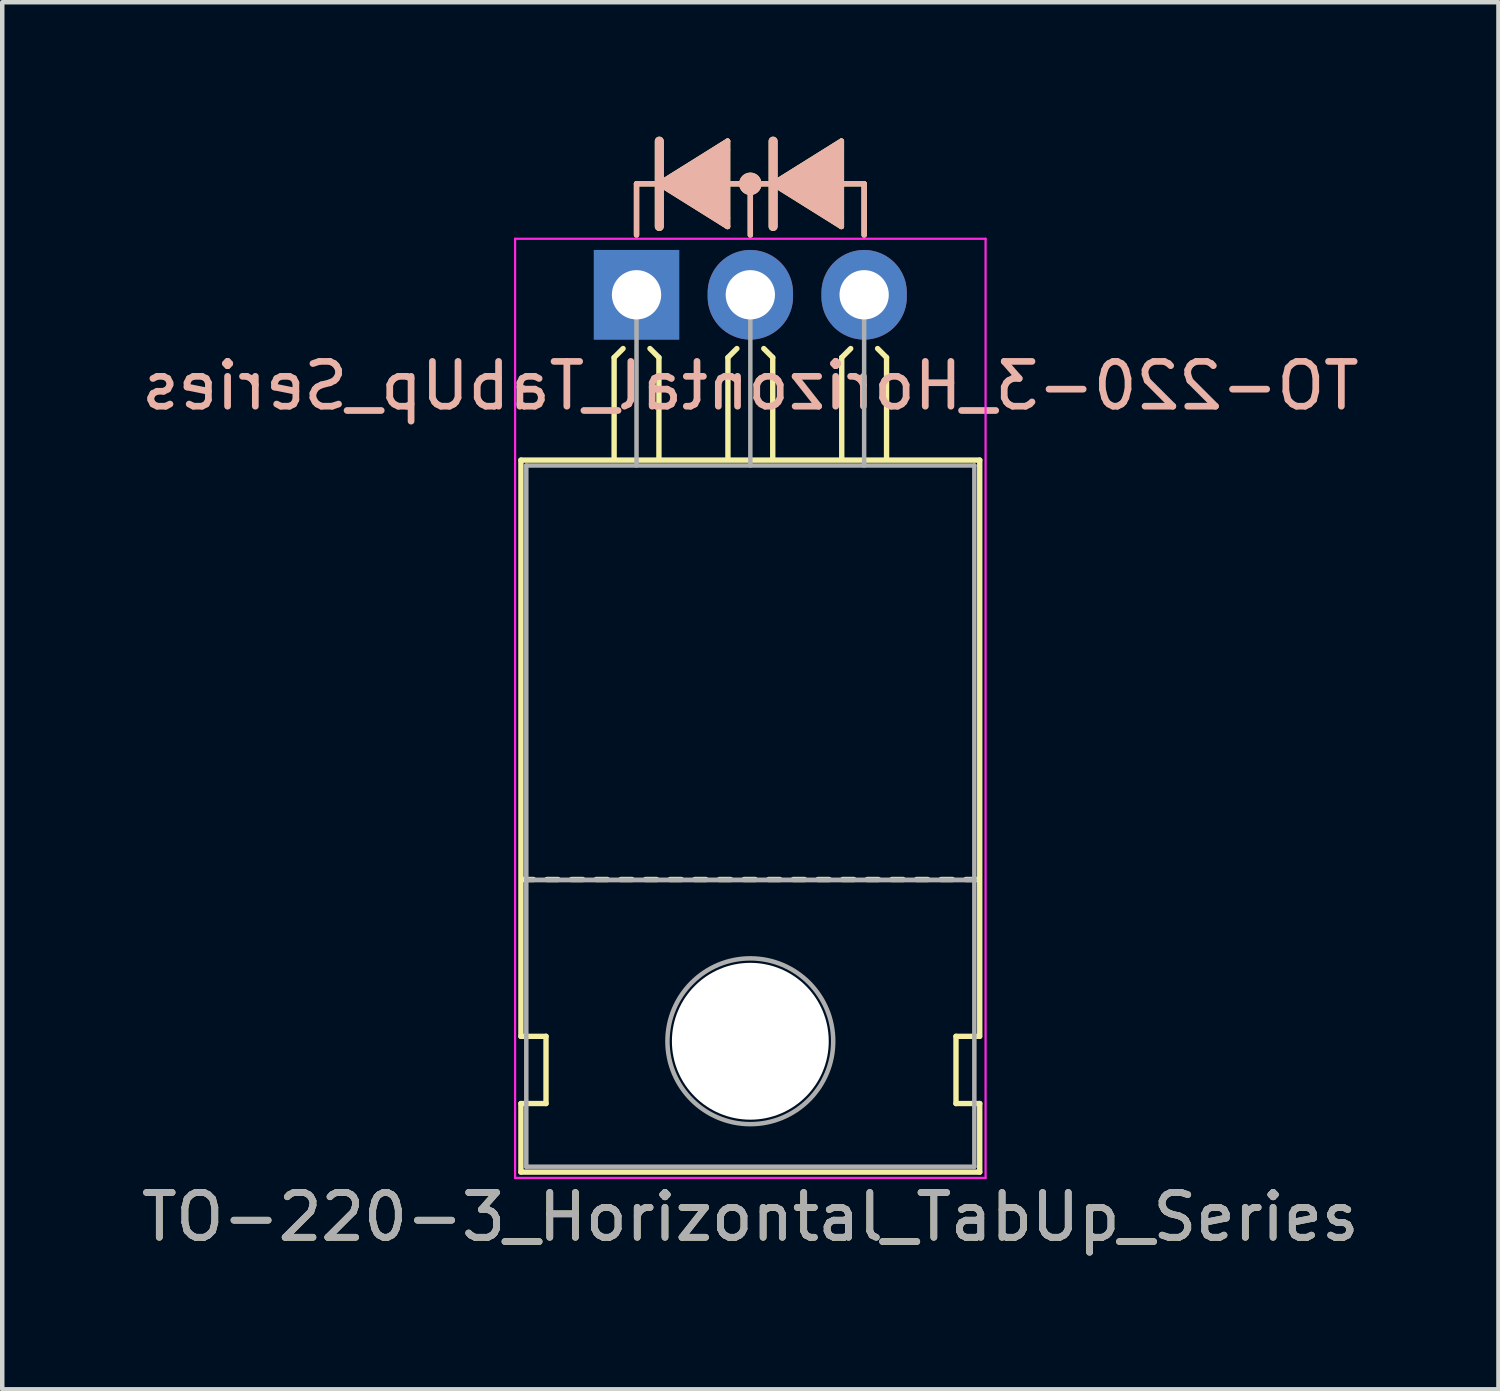
<source format=kicad_pcb>
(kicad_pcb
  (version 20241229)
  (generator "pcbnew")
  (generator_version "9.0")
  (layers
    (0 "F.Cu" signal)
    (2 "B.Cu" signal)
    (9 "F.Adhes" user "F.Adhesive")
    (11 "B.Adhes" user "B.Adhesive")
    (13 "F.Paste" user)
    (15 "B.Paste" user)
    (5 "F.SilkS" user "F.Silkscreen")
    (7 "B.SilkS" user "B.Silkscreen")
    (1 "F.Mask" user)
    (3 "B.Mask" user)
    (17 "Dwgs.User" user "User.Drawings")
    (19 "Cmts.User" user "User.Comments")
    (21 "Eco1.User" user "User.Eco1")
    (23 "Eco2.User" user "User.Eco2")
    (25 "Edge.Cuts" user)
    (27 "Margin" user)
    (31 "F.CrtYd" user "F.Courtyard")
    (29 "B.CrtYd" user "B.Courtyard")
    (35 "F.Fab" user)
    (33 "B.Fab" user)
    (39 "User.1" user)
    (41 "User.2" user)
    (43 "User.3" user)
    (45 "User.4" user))
  (footprint "TO-220-3_Horizontal_TabUp_Series"
    (layer "F.Cu")
    (at 11.156 3.529)
    (property "Reference" "TO-220-3_Horizontal_TabUp_Series" (at 2.54 20.58 0) (layer "F.SilkS") (effects (font (size 1 1) (thickness 0.15))))
    (fp_line (start -2.58 16.55) (end -2.58 3.69) (stroke (width 0.12) (type solid)) (layer "F.SilkS"))
    (fp_line (start -2.58 16.55) (end -2.02 16.55) (stroke (width 0.12) (type solid)) (layer "F.SilkS"))
    (fp_line (start -2.58 19.58) (end -2.58 18.05) (stroke (width 0.12) (type solid)) (layer "F.SilkS"))
    (fp_line (start -2.3 13.05) (end -2.55 13.05) (stroke (width 0.12) (type solid)) (layer "F.SilkS"))
    (fp_line (start -2.02 16.55) (end -2.02 18.05) (stroke (width 0.12) (type solid)) (layer "F.SilkS"))
    (fp_line (start -2.02 18.05) (end -2.58 18.05) (stroke (width 0.12) (type solid)) (layer "F.SilkS"))
    (fp_line (start -1.75 13.05) (end -2 13.05) (stroke (width 0.12) (type solid)) (layer "F.SilkS"))
    (fp_line (start -1.2 13.05) (end -1.45 13.05) (stroke (width 0.12) (type solid)) (layer "F.SilkS"))
    (fp_line (start -0.65 13.05) (end -0.9 13.05) (stroke (width 0.12) (type solid)) (layer "F.SilkS"))
    (fp_line (start -0.5 1.4) (end -0.3 1.2) (stroke (width 0.12) (type solid)) (layer "F.SilkS"))
    (fp_line (start -0.5 3.65) (end -0.5 1.4) (stroke (width 0.12) (type solid)) (layer "F.SilkS"))
    (fp_line (start -0.1 13.05) (end -0.35 13.05) (stroke (width 0.12) (type solid)) (layer "F.SilkS"))
    (fp_line (start 0 -2.477) (end 0.508 -2.477) (stroke (width 0.12) (type solid)) (layer "F.SilkS"))
    (fp_line (start 0 -1.333) (end 0 -2.477) (stroke (width 0.12) (type solid)) (layer "F.SilkS"))
    (fp_line (start 0.45 13.05) (end 0.2 13.05) (stroke (width 0.12) (type solid)) (layer "F.SilkS"))
    (fp_line (start 0.5 1.4) (end 0.3 1.2) (stroke (width 0.12) (type solid)) (layer "F.SilkS"))
    (fp_line (start 0.5 3.65) (end 0.5 1.4) (stroke (width 0.12) (type solid)) (layer "F.SilkS"))
    (fp_line (start 0.508 -3.429) (end 0.508 -1.524) (stroke (width 0.2) (type solid)) (layer "F.SilkS"))
    (fp_line (start 0.508 -2.477) (end 2.032 -1.524) (stroke (width 0.12) (type solid)) (layer "F.SilkS"))
    (fp_line (start 1 13.05) (end 0.75 13.05) (stroke (width 0.12) (type solid)) (layer "F.SilkS"))
    (fp_line (start 1.55 13.05) (end 1.3 13.05) (stroke (width 0.12) (type solid)) (layer "F.SilkS"))
    (fp_line (start 2.032 -3.429) (end 0.508 -2.477) (stroke (width 0.12) (type solid)) (layer "F.SilkS"))
    (fp_line (start 2.032 -1.524) (end 2.032 -3.429) (stroke (width 0.12) (type solid)) (layer "F.SilkS"))
    (fp_line (start 2.04 1.4) (end 2.24 1.2) (stroke (width 0.12) (type solid)) (layer "F.SilkS"))
    (fp_line (start 2.04 3.65) (end 2.04 1.4) (stroke (width 0.12) (type solid)) (layer "F.SilkS"))
    (fp_line (start 2.1 13.05) (end 1.85 13.05) (stroke (width 0.12) (type solid)) (layer "F.SilkS"))
    (fp_line (start 2.54 -2.477) (end 2.032 -2.477) (stroke (width 0.12) (type solid)) (layer "F.SilkS"))
    (fp_line (start 2.54 -2.477) (end 3.048 -2.477) (stroke (width 0.12) (type solid)) (layer "F.SilkS"))
    (fp_line (start 2.54 -1.333) (end 2.54 -2.477) (stroke (width 0.12) (type solid)) (layer "F.SilkS"))
    (fp_line (start 2.65 13.05) (end 2.4 13.05) (stroke (width 0.12) (type solid)) (layer "F.SilkS"))
    (fp_line (start 3.04 1.4) (end 2.84 1.2) (stroke (width 0.12) (type solid)) (layer "F.SilkS"))
    (fp_line (start 3.04 3.65) (end 3.04 1.4) (stroke (width 0.12) (type solid)) (layer "F.SilkS"))
    (fp_line (start 3.048 -3.429) (end 3.048 -1.524) (stroke (width 0.2) (type solid)) (layer "F.SilkS"))
    (fp_line (start 3.048 -2.477) (end 4.572 -3.429) (stroke (width 0.12) (type solid)) (layer "F.SilkS"))
    (fp_line (start 3.048 -2.477) (end 4.572 -1.524) (stroke (width 0.12) (type solid)) (layer "F.SilkS"))
    (fp_line (start 3.2 13.05) (end 2.95 13.05) (stroke (width 0.12) (type solid)) (layer "F.SilkS"))
    (fp_line (start 3.75 13.05) (end 3.5 13.05) (stroke (width 0.12) (type solid)) (layer "F.SilkS"))
    (fp_line (start 4.3 13.05) (end 4.05 13.05) (stroke (width 0.12) (type solid)) (layer "F.SilkS"))
    (fp_line (start 4.572 -3.239) (end 4.572 -3.429) (stroke (width 0.12) (type solid)) (layer "F.SilkS"))
    (fp_line (start 4.572 -1.714) (end 4.572 -3.239) (stroke (width 0.12) (type solid)) (layer "F.SilkS"))
    (fp_line (start 4.572 -1.714) (end 4.572 -1.524) (stroke (width 0.12) (type solid)) (layer "F.SilkS"))
    (fp_line (start 4.58 1.4) (end 4.78 1.2) (stroke (width 0.12) (type solid)) (layer "F.SilkS"))
    (fp_line (start 4.58 3.65) (end 4.58 1.4) (stroke (width 0.12) (type solid)) (layer "F.SilkS"))
    (fp_line (start 4.85 13.05) (end 4.6 13.05) (stroke (width 0.12) (type solid)) (layer "F.SilkS"))
    (fp_line (start 5.08 -2.477) (end 4.572 -2.477) (stroke (width 0.12) (type solid)) (layer "F.SilkS"))
    (fp_line (start 5.08 -1.333) (end 5.08 -2.477) (stroke (width 0.12) (type solid)) (layer "F.SilkS"))
    (fp_line (start 5.4 13.05) (end 5.15 13.05) (stroke (width 0.12) (type solid)) (layer "F.SilkS"))
    (fp_line (start 5.58 1.4) (end 5.38 1.2) (stroke (width 0.12) (type solid)) (layer "F.SilkS"))
    (fp_line (start 5.58 3.65) (end 5.58 1.4) (stroke (width 0.12) (type solid)) (layer "F.SilkS"))
    (fp_line (start 5.95 13.05) (end 5.7 13.05) (stroke (width 0.12) (type solid)) (layer "F.SilkS"))
    (fp_line (start 6.5 13.05) (end 6.25 13.05) (stroke (width 0.12) (type solid)) (layer "F.SilkS"))
    (fp_line (start 7.05 13.05) (end 6.8 13.05) (stroke (width 0.12) (type solid)) (layer "F.SilkS"))
    (fp_line (start 7.13 16.55) (end 7.655 16.55) (stroke (width 0.12) (type solid)) (layer "F.SilkS"))
    (fp_line (start 7.13 18.05) (end 7.13 16.55) (stroke (width 0.12) (type solid)) (layer "F.SilkS"))
    (fp_line (start 7.6 13.05) (end 7.35 13.05) (stroke (width 0.12) (type solid)) (layer "F.SilkS"))
    (fp_line (start 7.66 3.69) (end -2.58 3.69) (stroke (width 0.12) (type solid)) (layer "F.SilkS"))
    (fp_line (start 7.66 16.55) (end 7.66 3.69) (stroke (width 0.12) (type solid)) (layer "F.SilkS"))
    (fp_line (start 7.66 18.05) (end 7.13 18.05) (stroke (width 0.12) (type solid)) (layer "F.SilkS"))
    (fp_line (start 7.66 19.58) (end -2.58 19.58) (stroke (width 0.12) (type solid)) (layer "F.SilkS"))
    (fp_line (start 7.66 19.58) (end 7.66 18.05) (stroke (width 0.12) (type solid)) (layer "F.SilkS"))
    (fp_circle (center 2.54 -2.477) (end 2.54 -2.667) (stroke (width 0.12) (type solid)) (fill no) (layer "F.SilkS"))
    (fp_circle (center 2.54 -2.477) (end 2.54 -2.603) (stroke (width 0.12) (type solid)) (fill no) (layer "F.SilkS"))
    (fp_circle (center 2.54 -2.477) (end 2.54 -2.54) (stroke (width 0.12) (type solid)) (fill no) (layer "F.SilkS"))
    (fp_poly (pts (xy 2.032 -1.524) (xy 0.508 -2.477) (xy 2.032 -3.429)) (stroke (width 0.1) (type solid)) (fill yes) (layer "F.SilkS"))
    (fp_poly (pts (xy 3.048 -2.477) (xy 4.572 -3.429) (xy 4.572 -1.524)) (stroke (width 0.1) (type solid)) (fill yes) (layer "F.SilkS"))
    (fp_line (start 0 -2.477) (end 0.508 -2.477) (stroke (width 0.12) (type solid)) (layer "B.SilkS"))
    (fp_line (start 0 -1.333) (end 0 -2.477) (stroke (width 0.12) (type solid)) (layer "B.SilkS"))
    (fp_line (start 0.508 -2.477) (end 2.032 -3.429) (stroke (width 0.12) (type solid)) (layer "B.SilkS"))
    (fp_line (start 0.508 -2.477) (end 2.032 -1.524) (stroke (width 0.12) (type solid)) (layer "B.SilkS"))
    (fp_line (start 0.508 -1.524) (end 0.508 -3.429) (stroke (width 0.2) (type solid)) (layer "B.SilkS"))
    (fp_line (start 2.032 -3.239) (end 2.032 -3.429) (stroke (width 0.12) (type solid)) (layer "B.SilkS"))
    (fp_line (start 2.032 -3.239) (end 2.032 -1.714) (stroke (width 0.12) (type solid)) (layer "B.SilkS"))
    (fp_line (start 2.032 -1.714) (end 2.032 -1.524) (stroke (width 0.12) (type solid)) (layer "B.SilkS"))
    (fp_line (start 2.54 -2.477) (end 2.032 -2.477) (stroke (width 0.12) (type solid)) (layer "B.SilkS"))
    (fp_line (start 2.54 -2.477) (end 3.048 -2.477) (stroke (width 0.12) (type solid)) (layer "B.SilkS"))
    (fp_line (start 2.54 -1.333) (end 2.54 -2.477) (stroke (width 0.12) (type solid)) (layer "B.SilkS"))
    (fp_line (start 3.048 -2.477) (end 4.572 -3.429) (stroke (width 0.12) (type solid)) (layer "B.SilkS"))
    (fp_line (start 3.048 -1.524) (end 3.048 -3.429) (stroke (width 0.2) (type solid)) (layer "B.SilkS"))
    (fp_line (start 4.572 -3.429) (end 4.572 -1.524) (stroke (width 0.12) (type solid)) (layer "B.SilkS"))
    (fp_line (start 4.572 -1.524) (end 3.048 -2.477) (stroke (width 0.12) (type solid)) (layer "B.SilkS"))
    (fp_line (start 5.08 -2.477) (end 4.572 -2.477) (stroke (width 0.12) (type solid)) (layer "B.SilkS"))
    (fp_line (start 5.08 -1.333) (end 5.08 -2.477) (stroke (width 0.12) (type solid)) (layer "B.SilkS"))
    (fp_circle (center 2.54 -2.477) (end 2.54 -2.667) (stroke (width 0.12) (type solid)) (fill no) (layer "B.SilkS"))
    (fp_circle (center 2.54 -2.477) (end 2.54 -2.603) (stroke (width 0.12) (type solid)) (fill no) (layer "B.SilkS"))
    (fp_circle (center 2.54 -2.477) (end 2.54 -2.54) (stroke (width 0.12) (type solid)) (fill no) (layer "B.SilkS"))
    (fp_poly (pts (xy 0.508 -2.477) (xy 2.032 -1.524) (xy 2.032 -3.429)) (stroke (width 0.1) (type solid)) (fill yes) (layer "B.SilkS"))
    (fp_poly (pts (xy 4.572 -3.429) (xy 3.048 -2.477) (xy 4.572 -1.524)) (stroke (width 0.1) (type solid)) (fill yes) (layer "B.SilkS"))
    (fp_line (start -2.71 -1.25) (end -2.71 19.71) (stroke (width 0.05) (type solid)) (layer "F.CrtYd"))
    (fp_line (start -2.71 19.71) (end 7.79 19.71) (stroke (width 0.05) (type solid)) (layer "F.CrtYd"))
    (fp_line (start 7.79 -1.25) (end -2.71 -1.25) (stroke (width 0.05) (type solid)) (layer "F.CrtYd"))
    (fp_line (start 7.79 19.71) (end 7.79 -1.25) (stroke (width 0.05) (type solid)) (layer "F.CrtYd"))
    (fp_line (start -2.46 3.81) (end -2.46 13.06) (stroke (width 0.1) (type solid)) (layer "F.Fab"))
    (fp_line (start -2.46 13.06) (end -2.46 19.46) (stroke (width 0.1) (type solid)) (layer "F.Fab"))
    (fp_line (start -2.46 13.06) (end 7.54 13.06) (stroke (width 0.1) (type solid)) (layer "F.Fab"))
    (fp_line (start -2.46 19.46) (end 7.54 19.46) (stroke (width 0.1) (type solid)) (layer "F.Fab"))
    (fp_line (start 0 3.81) (end 0 0) (stroke (width 0.1) (type solid)) (layer "F.Fab"))
    (fp_line (start 2.54 3.81) (end 2.54 0) (stroke (width 0.1) (type solid)) (layer "F.Fab"))
    (fp_line (start 5.08 3.81) (end 5.08 0) (stroke (width 0.1) (type solid)) (layer "F.Fab"))
    (fp_line (start 7.54 3.81) (end -2.46 3.81) (stroke (width 0.1) (type solid)) (layer "F.Fab"))
    (fp_line (start 7.54 13.06) (end -2.46 13.06) (stroke (width 0.1) (type solid)) (layer "F.Fab"))
    (fp_line (start 7.54 13.06) (end 7.54 3.81) (stroke (width 0.1) (type solid)) (layer "F.Fab"))
    (fp_line (start 7.54 19.46) (end 7.54 13.06) (stroke (width 0.1) (type solid)) (layer "F.Fab"))
    (fp_circle (center 2.54 16.66) (end 4.39 16.66) (stroke (width 0.1) (type solid)) (fill no) (layer "F.Fab"))
    (fp_text user "${REFERENCE}" (at 2.54 2.032 0) (layer "B.SilkS") (effects (font (size 1 1) (thickness 0.15)) (justify mirror)))
    (fp_text user "${REFERENCE}" (at 2.54 20.58 0) (layer "F.Fab") (effects (font (size 1 1) (thickness 0.15))))
    (pad "" np_thru_hole oval (at 2.54 16.66) (size 3.5 3.5) (drill 3.5) (layers "*.Cu" "*.Mask"))
    (pad "1" thru_hole rect (at 0 0) (size 1.905 2) (drill 1.1) (layers "*.Cu" "*.Mask"))
    (pad "2" thru_hole oval (at 2.54 0) (size 1.905 2) (drill 1.1) (layers "*.Cu" "*.Mask"))
    (pad "3" thru_hole oval (at 5.08 0) (size 1.905 2) (drill 1.1) (layers "*.Cu" "*.Mask")))
  (gr_rect
    (start -3 -3)
    (end 30.393 27.957)
    (stroke (width 0.1) (type default))
    (fill no)
    (layer "Edge.Cuts")))
</source>
